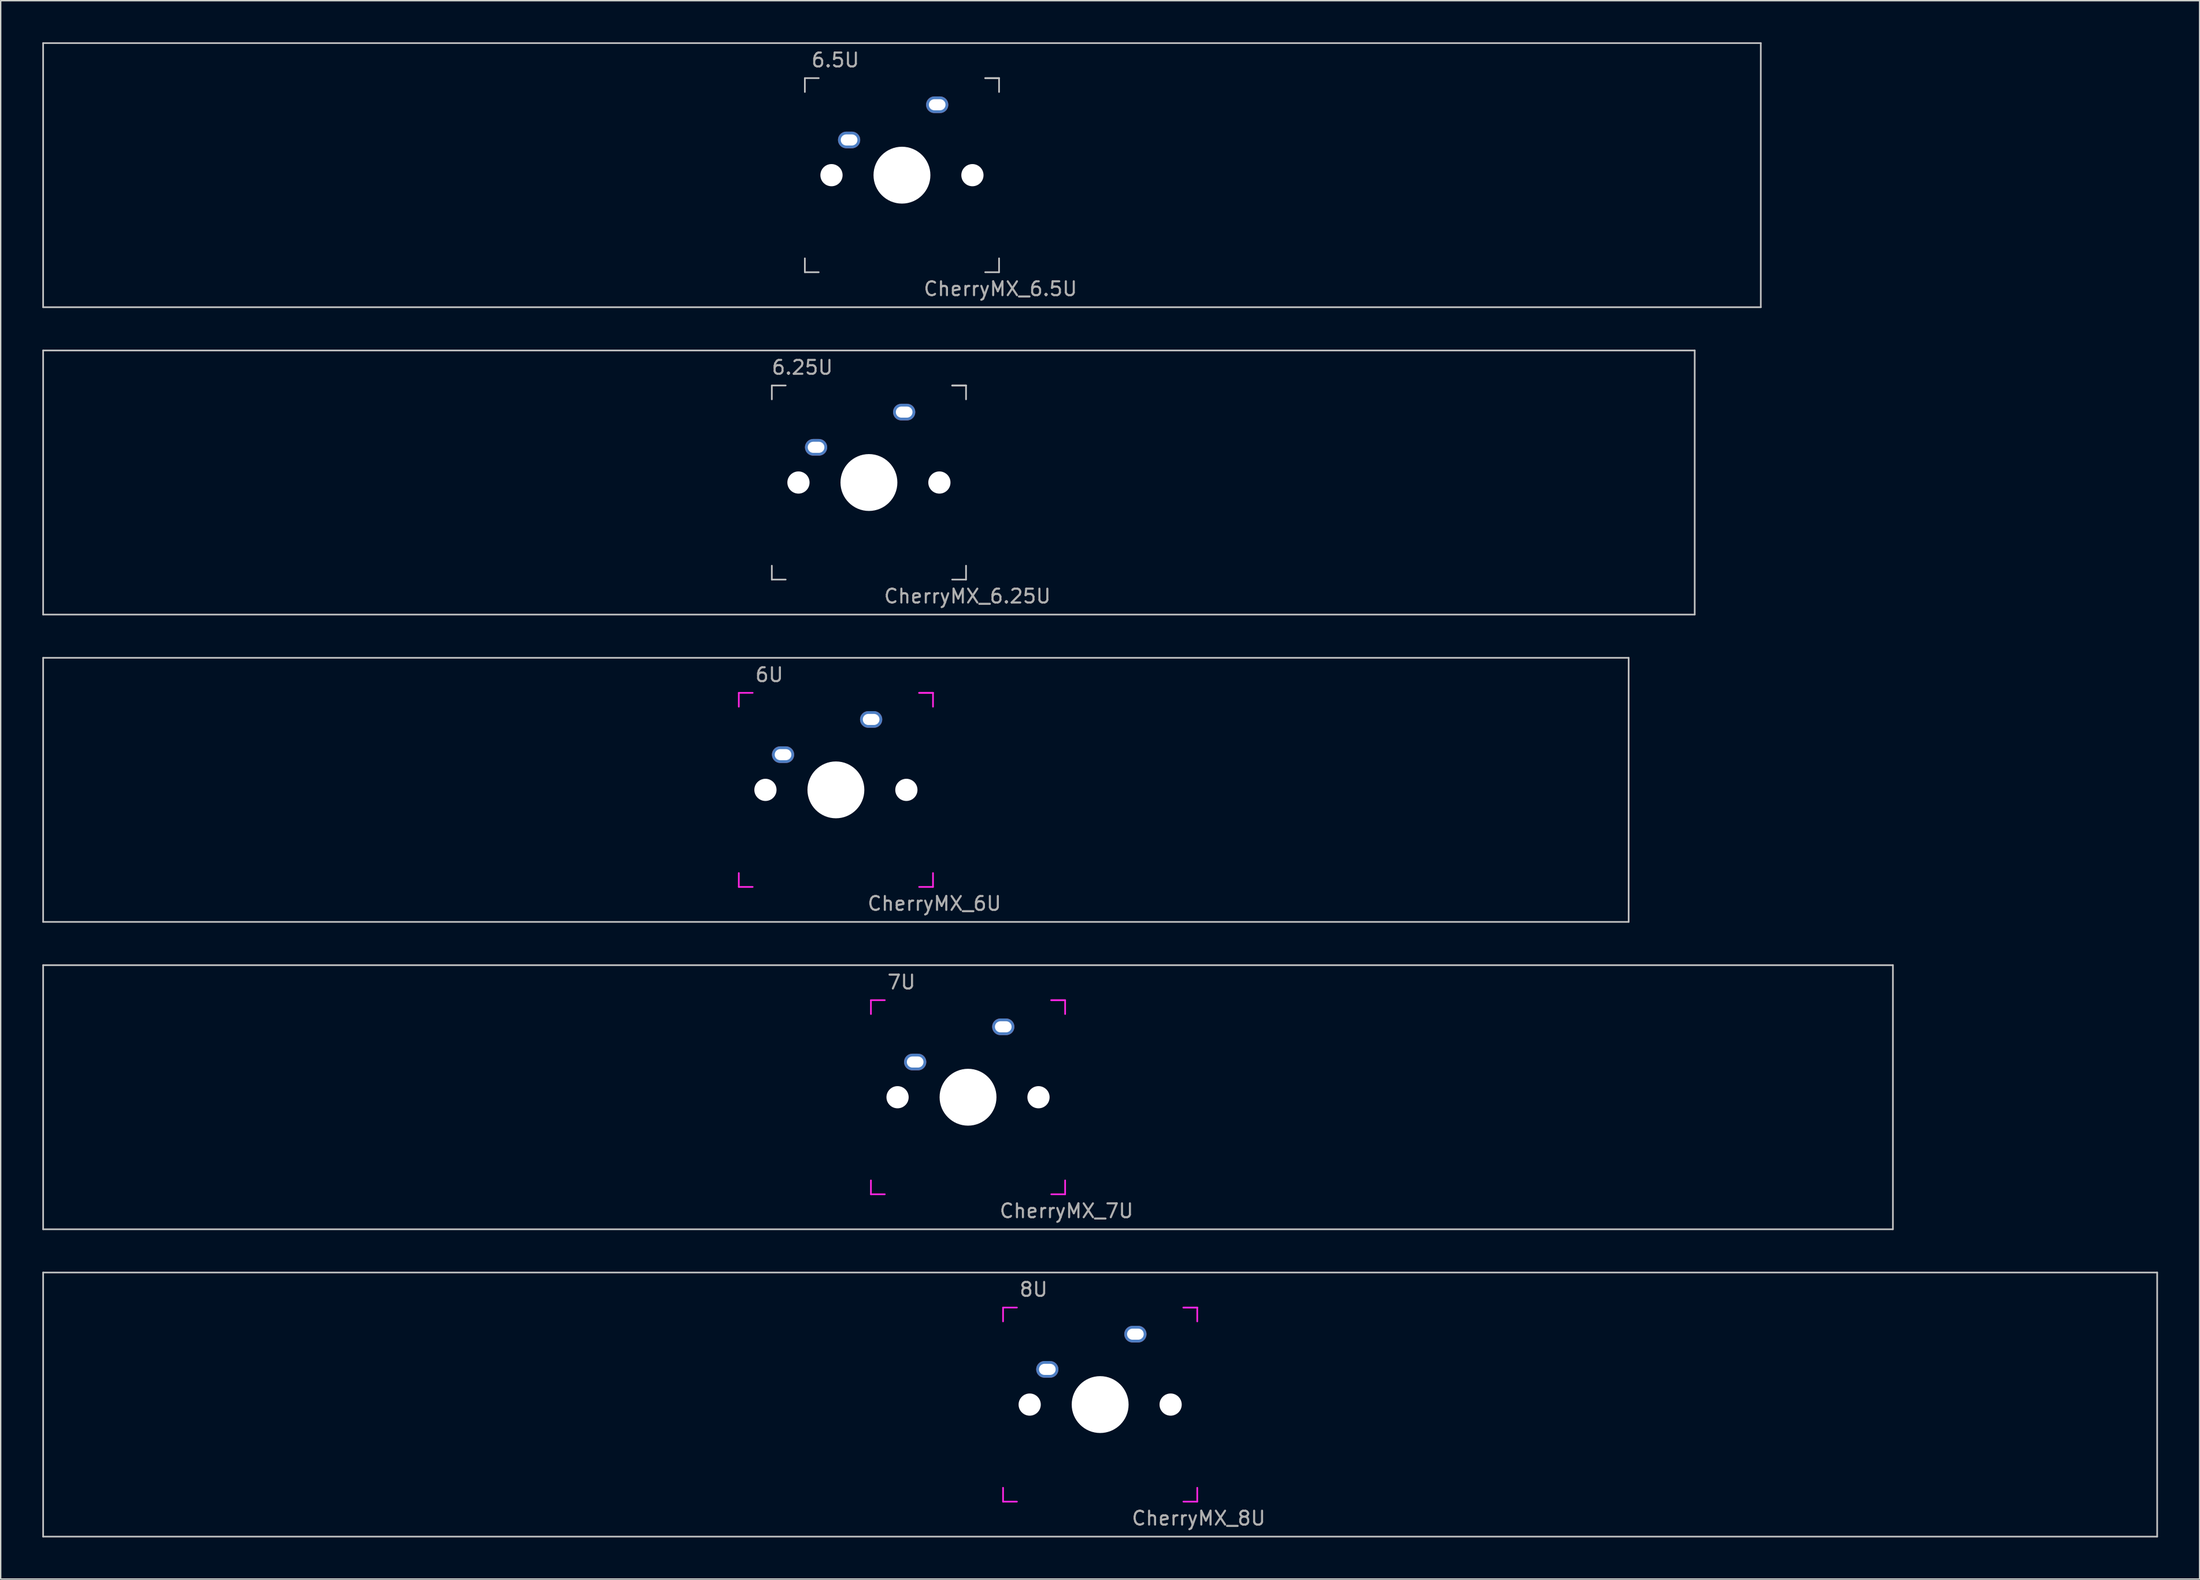
<source format=kicad_pcb>
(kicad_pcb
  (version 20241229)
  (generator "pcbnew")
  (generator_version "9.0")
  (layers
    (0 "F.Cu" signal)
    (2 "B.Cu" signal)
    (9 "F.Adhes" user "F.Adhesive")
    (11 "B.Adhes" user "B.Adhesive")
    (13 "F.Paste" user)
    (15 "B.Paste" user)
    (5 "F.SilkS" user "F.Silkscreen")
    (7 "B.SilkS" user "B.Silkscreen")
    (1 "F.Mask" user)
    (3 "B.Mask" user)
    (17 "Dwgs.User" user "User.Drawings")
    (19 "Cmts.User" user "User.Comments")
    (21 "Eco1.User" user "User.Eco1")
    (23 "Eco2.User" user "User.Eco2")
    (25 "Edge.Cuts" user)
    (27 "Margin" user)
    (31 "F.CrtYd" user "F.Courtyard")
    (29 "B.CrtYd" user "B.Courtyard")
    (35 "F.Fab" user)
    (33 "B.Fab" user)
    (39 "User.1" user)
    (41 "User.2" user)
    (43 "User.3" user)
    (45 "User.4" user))
  (footprint "CherryMX_6U"
    (layer "F.Cu")
    (at 57.21 53.925)
    (property "Reference" "CherryMX_6U" (at 7.1 8.2 0) (layer "F.Fab") (effects (font (size 1 1) (thickness 0.15))))
    (attr through_hole)
    (fp_line (start -57.15 -9.525) (end 57.15 -9.525) (stroke (width 0.12) (type solid)) (layer "Dwgs.User"))
    (fp_line (start -57.15 9.525) (end -57.15 -9.525) (stroke (width 0.12) (type solid)) (layer "Dwgs.User"))
    (fp_line (start 57.15 -9.525) (end 57.15 9.525) (stroke (width 0.12) (type solid)) (layer "Dwgs.User"))
    (fp_line (start 57.15 9.525) (end -57.15 9.525) (stroke (width 0.12) (type solid)) (layer "Dwgs.User"))
    (fp_line (start -7 -7) (end -7 -6) (stroke (width 0.12) (type solid)) (layer "F.CrtYd"))
    (fp_line (start -7 -7) (end -6 -7) (stroke (width 0.12) (type solid)) (layer "F.CrtYd"))
    (fp_line (start -7 7) (end -7 6) (stroke (width 0.12) (type solid)) (layer "F.CrtYd"))
    (fp_line (start -7 7) (end -6 7) (stroke (width 0.12) (type solid)) (layer "F.CrtYd"))
    (fp_line (start 6 -7) (end 7 -7) (stroke (width 0.12) (type solid)) (layer "F.CrtYd"))
    (fp_line (start 7 -7) (end 6 -7) (stroke (width 0.12) (type solid)) (layer "F.CrtYd"))
    (fp_line (start 7 -7) (end 7 -6) (stroke (width 0.12) (type solid)) (layer "F.CrtYd"))
    (fp_line (start 7 7) (end 6 7) (stroke (width 0.12) (type solid)) (layer "F.CrtYd"))
    (fp_line (start 7 7) (end 7 6) (stroke (width 0.12) (type solid)) (layer "F.CrtYd"))
    (fp_text user "6U" (at -4.8 -8.3 0) (layer "F.Fab") (effects (font (size 1 1) (thickness 0.15))))
    (pad "" np_thru_hole circle (at -5.08 0) (size 1.6 1.6) (drill 1.6) (layers "*.Cu" "*.Mask"))
    (pad "" np_thru_hole circle (at 0 0) (size 4.1 4.1) (drill 4.1) (layers "*.Cu" "*.Mask"))
    (pad "" np_thru_hole circle (at 5.08 0) (size 1.6 1.6) (drill 1.6) (layers "*.Cu" "*.Mask"))
    (pad "1" thru_hole oval (at -3.81 -2.54) (size 1.6 1.2) (drill oval 1.2 0.8) (layers "*.Cu" "*.Mask"))
    (pad "2" thru_hole oval (at 2.54 -5.08) (size 1.6 1.2) (drill oval 1.2 0.8) (layers "*.Cu" "*.Mask")))
  (footprint "CherryMX_7U"
    (layer "F.Cu")
    (at 66.735 76.095)
    (property "Reference" "CherryMX_7U" (at 7.1 8.2 0) (layer "F.Fab") (effects (font (size 1 1) (thickness 0.15))))
    (attr through_hole)
    (fp_line (start -66.675 -9.525) (end 66.675 -9.525) (stroke (width 0.12) (type solid)) (layer "Dwgs.User"))
    (fp_line (start -66.675 9.525) (end -66.675 -9.525) (stroke (width 0.12) (type solid)) (layer "Dwgs.User"))
    (fp_line (start 66.675 -9.525) (end 66.675 9.525) (stroke (width 0.12) (type solid)) (layer "Dwgs.User"))
    (fp_line (start 66.675 9.525) (end -66.675 9.525) (stroke (width 0.12) (type solid)) (layer "Dwgs.User"))
    (fp_line (start -7 -7) (end -7 -6) (stroke (width 0.12) (type solid)) (layer "F.CrtYd"))
    (fp_line (start -7 -7) (end -6 -7) (stroke (width 0.12) (type solid)) (layer "F.CrtYd"))
    (fp_line (start -7 7) (end -7 6) (stroke (width 0.12) (type solid)) (layer "F.CrtYd"))
    (fp_line (start -7 7) (end -6 7) (stroke (width 0.12) (type solid)) (layer "F.CrtYd"))
    (fp_line (start 6 -7) (end 7 -7) (stroke (width 0.12) (type solid)) (layer "F.CrtYd"))
    (fp_line (start 7 -7) (end 6 -7) (stroke (width 0.12) (type solid)) (layer "F.CrtYd"))
    (fp_line (start 7 -7) (end 7 -6) (stroke (width 0.12) (type solid)) (layer "F.CrtYd"))
    (fp_line (start 7 7) (end 6 7) (stroke (width 0.12) (type solid)) (layer "F.CrtYd"))
    (fp_line (start 7 7) (end 7 6) (stroke (width 0.12) (type solid)) (layer "F.CrtYd"))
    (fp_text user "7U" (at -4.8 -8.3 0) (layer "F.Fab") (effects (font (size 1 1) (thickness 0.15))))
    (pad "" np_thru_hole circle (at -5.08 0) (size 1.6 1.6) (drill 1.6) (layers "*.Cu" "*.Mask"))
    (pad "" np_thru_hole circle (at 0 0) (size 4.1 4.1) (drill 4.1) (layers "*.Cu" "*.Mask"))
    (pad "" np_thru_hole circle (at 5.08 0) (size 1.6 1.6) (drill 1.6) (layers "*.Cu" "*.Mask"))
    (pad "1" thru_hole oval (at -3.81 -2.54) (size 1.6 1.2) (drill oval 1.2 0.8) (layers "*.Cu" "*.Mask"))
    (pad "2" thru_hole oval (at 2.54 -5.08) (size 1.6 1.2) (drill oval 1.2 0.8) (layers "*.Cu" "*.Mask")))
  (footprint "CherryMX_6.25U"
    (layer "F.Cu")
    (at 59.591 31.755)
    (property "Reference" "CherryMX_6.25U" (at 7.1 8.2 0) (layer "F.Fab") (effects (font (size 1 1) (thickness 0.15))))
    (attr through_hole)
    (fp_line (start -59.531 -9.525) (end 59.531 -9.525) (stroke (width 0.12) (type solid)) (layer "Dwgs.User"))
    (fp_line (start -59.531 9.525) (end -59.531 -9.525) (stroke (width 0.12) (type solid)) (layer "Dwgs.User"))
    (fp_line (start -7 -7) (end -7 -6) (stroke (width 0.12) (type solid)) (layer "Dwgs.User"))
    (fp_line (start -7 -7) (end -6 -7) (stroke (width 0.12) (type solid)) (layer "Dwgs.User"))
    (fp_line (start -7 7) (end -7 6) (stroke (width 0.12) (type solid)) (layer "Dwgs.User"))
    (fp_line (start -7 7) (end -6 7) (stroke (width 0.12) (type solid)) (layer "Dwgs.User"))
    (fp_line (start 6 -7) (end 7 -7) (stroke (width 0.12) (type solid)) (layer "Dwgs.User"))
    (fp_line (start 7 -7) (end 6 -7) (stroke (width 0.12) (type solid)) (layer "Dwgs.User"))
    (fp_line (start 7 -7) (end 7 -6) (stroke (width 0.12) (type solid)) (layer "Dwgs.User"))
    (fp_line (start 7 7) (end 6 7) (stroke (width 0.12) (type solid)) (layer "Dwgs.User"))
    (fp_line (start 7 7) (end 7 6) (stroke (width 0.12) (type solid)) (layer "Dwgs.User"))
    (fp_line (start 59.531 -9.525) (end 59.531 9.525) (stroke (width 0.12) (type solid)) (layer "Dwgs.User"))
    (fp_line (start 59.531 9.525) (end -59.531 9.525) (stroke (width 0.12) (type solid)) (layer "Dwgs.User"))
    (fp_text user "6.25U" (at -4.8 -8.3 0) (layer "F.Fab") (effects (font (size 1 1) (thickness 0.15))))
    (pad "" np_thru_hole circle (at -5.08 0) (size 1.6 1.6) (drill 1.6) (layers "*.Cu" "*.Mask"))
    (pad "" np_thru_hole circle (at 0 0) (size 4.1 4.1) (drill 4.1) (layers "*.Cu" "*.Mask"))
    (pad "" np_thru_hole circle (at 5.08 0) (size 1.6 1.6) (drill 1.6) (layers "*.Cu" "*.Mask"))
    (pad "1" thru_hole oval (at -3.81 -2.54) (size 1.6 1.2) (drill oval 1.2 0.8) (layers "*.Cu" "*.Mask"))
    (pad "2" thru_hole oval (at 2.54 -5.08) (size 1.6 1.2) (drill oval 1.2 0.8) (layers "*.Cu" "*.Mask")))
  (footprint "CherryMX_8U"
    (layer "F.Cu")
    (at 76.26 98.265)
    (property "Reference" "CherryMX_8U" (at 7.1 8.2 0) (layer "F.Fab") (effects (font (size 1 1) (thickness 0.15))))
    (attr through_hole)
    (fp_line (start -76.2 -9.525) (end 76.2 -9.525) (stroke (width 0.12) (type solid)) (layer "Dwgs.User"))
    (fp_line (start -76.2 9.525) (end -76.2 -9.525) (stroke (width 0.12) (type solid)) (layer "Dwgs.User"))
    (fp_line (start 76.2 -9.525) (end 76.2 9.525) (stroke (width 0.12) (type solid)) (layer "Dwgs.User"))
    (fp_line (start 76.2 9.525) (end -76.2 9.525) (stroke (width 0.12) (type solid)) (layer "Dwgs.User"))
    (fp_line (start -7 -7) (end -7 -6) (stroke (width 0.12) (type solid)) (layer "F.CrtYd"))
    (fp_line (start -7 -7) (end -6 -7) (stroke (width 0.12) (type solid)) (layer "F.CrtYd"))
    (fp_line (start -7 7) (end -7 6) (stroke (width 0.12) (type solid)) (layer "F.CrtYd"))
    (fp_line (start -7 7) (end -6 7) (stroke (width 0.12) (type solid)) (layer "F.CrtYd"))
    (fp_line (start 6 -7) (end 7 -7) (stroke (width 0.12) (type solid)) (layer "F.CrtYd"))
    (fp_line (start 7 -7) (end 6 -7) (stroke (width 0.12) (type solid)) (layer "F.CrtYd"))
    (fp_line (start 7 -7) (end 7 -6) (stroke (width 0.12) (type solid)) (layer "F.CrtYd"))
    (fp_line (start 7 7) (end 6 7) (stroke (width 0.12) (type solid)) (layer "F.CrtYd"))
    (fp_line (start 7 7) (end 7 6) (stroke (width 0.12) (type solid)) (layer "F.CrtYd"))
    (fp_text user "8U" (at -4.8 -8.3 0) (layer "F.Fab") (effects (font (size 1 1) (thickness 0.15))))
    (pad "" np_thru_hole circle (at -5.08 0) (size 1.6 1.6) (drill 1.6) (layers "*.Cu" "*.Mask"))
    (pad "" np_thru_hole circle (at 0 0) (size 4.1 4.1) (drill 4.1) (layers "*.Cu" "*.Mask"))
    (pad "" np_thru_hole circle (at 5.08 0) (size 1.6 1.6) (drill 1.6) (layers "*.Cu" "*.Mask"))
    (pad "1" thru_hole oval (at -3.81 -2.54) (size 1.6 1.2) (drill oval 1.2 0.8) (layers "*.Cu" "*.Mask"))
    (pad "2" thru_hole oval (at 2.54 -5.08) (size 1.6 1.2) (drill oval 1.2 0.8) (layers "*.Cu" "*.Mask")))
  (footprint "CherryMX_6.5U"
    (layer "F.Cu")
    (at 61.972 9.585)
    (property "Reference" "CherryMX_6.5U" (at 7.1 8.2 0) (layer "F.Fab") (effects (font (size 1 1) (thickness 0.15))))
    (attr through_hole)
    (fp_line (start -61.913 -9.525) (end 61.913 -9.525) (stroke (width 0.12) (type solid)) (layer "Dwgs.User"))
    (fp_line (start -61.913 9.525) (end -61.913 -9.525) (stroke (width 0.12) (type solid)) (layer "Dwgs.User"))
    (fp_line (start -7 -7) (end -7 -6) (stroke (width 0.12) (type solid)) (layer "Dwgs.User"))
    (fp_line (start -7 -7) (end -6 -7) (stroke (width 0.12) (type solid)) (layer "Dwgs.User"))
    (fp_line (start -7 7) (end -7 6) (stroke (width 0.12) (type solid)) (layer "Dwgs.User"))
    (fp_line (start -7 7) (end -6 7) (stroke (width 0.12) (type solid)) (layer "Dwgs.User"))
    (fp_line (start 6 -7) (end 7 -7) (stroke (width 0.12) (type solid)) (layer "Dwgs.User"))
    (fp_line (start 7 -7) (end 6 -7) (stroke (width 0.12) (type solid)) (layer "Dwgs.User"))
    (fp_line (start 7 -7) (end 7 -6) (stroke (width 0.12) (type solid)) (layer "Dwgs.User"))
    (fp_line (start 7 7) (end 6 7) (stroke (width 0.12) (type solid)) (layer "Dwgs.User"))
    (fp_line (start 7 7) (end 7 6) (stroke (width 0.12) (type solid)) (layer "Dwgs.User"))
    (fp_line (start 61.913 -9.525) (end 61.913 9.525) (stroke (width 0.12) (type solid)) (layer "Dwgs.User"))
    (fp_line (start 61.913 9.525) (end -61.913 9.525) (stroke (width 0.12) (type solid)) (layer "Dwgs.User"))
    (fp_text user "6.5U" (at -4.8 -8.3 0) (layer "F.Fab") (effects (font (size 1 1) (thickness 0.15))))
    (pad "" np_thru_hole circle (at -5.08 0) (size 1.6 1.6) (drill 1.6) (layers "*.Cu" "*.Mask"))
    (pad "" np_thru_hole circle (at 0 0) (size 4.1 4.1) (drill 4.1) (layers "*.Cu" "*.Mask"))
    (pad "" np_thru_hole circle (at 5.08 0) (size 1.6 1.6) (drill 1.6) (layers "*.Cu" "*.Mask"))
    (pad "1" thru_hole oval (at -3.81 -2.54) (size 1.6 1.2) (drill oval 1.2 0.8) (layers "*.Cu" "*.Mask"))
    (pad "2" thru_hole oval (at 2.54 -5.08) (size 1.6 1.2) (drill oval 1.2 0.8) (layers "*.Cu" "*.Mask")))
  (gr_rect
    (start -3 -3)
    (end 155.52 110.85)
    (stroke (width 0.1) (type default))
    (fill no)
    (layer "Edge.Cuts")))
</source>
